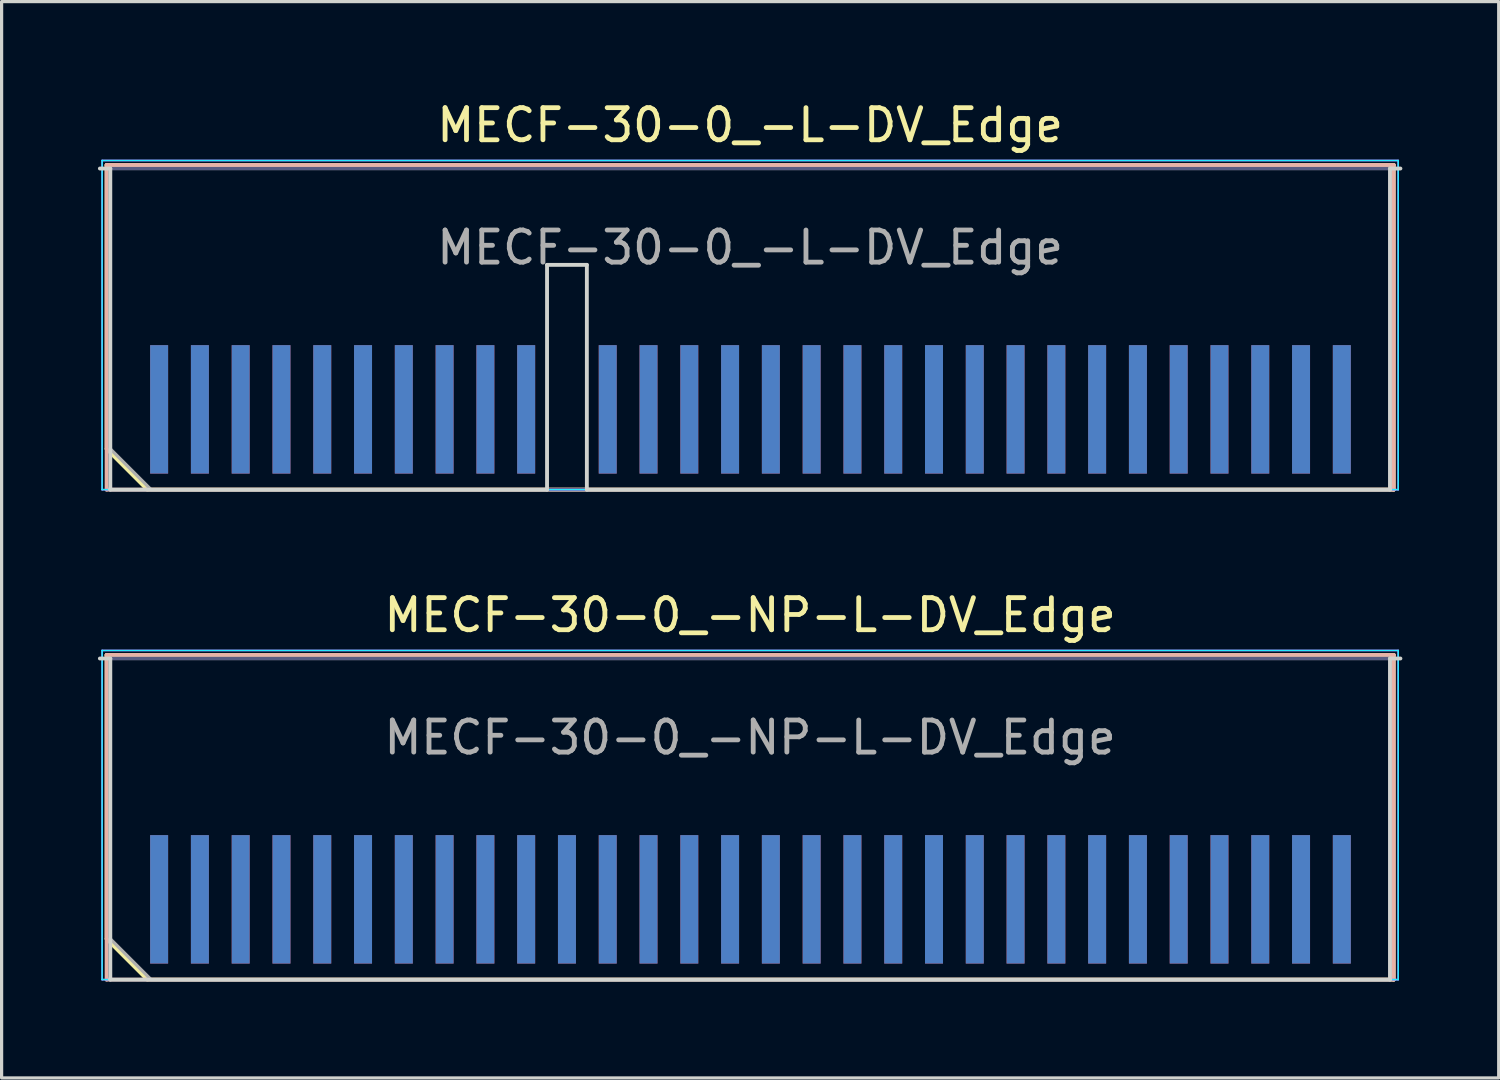
<source format=kicad_pcb>
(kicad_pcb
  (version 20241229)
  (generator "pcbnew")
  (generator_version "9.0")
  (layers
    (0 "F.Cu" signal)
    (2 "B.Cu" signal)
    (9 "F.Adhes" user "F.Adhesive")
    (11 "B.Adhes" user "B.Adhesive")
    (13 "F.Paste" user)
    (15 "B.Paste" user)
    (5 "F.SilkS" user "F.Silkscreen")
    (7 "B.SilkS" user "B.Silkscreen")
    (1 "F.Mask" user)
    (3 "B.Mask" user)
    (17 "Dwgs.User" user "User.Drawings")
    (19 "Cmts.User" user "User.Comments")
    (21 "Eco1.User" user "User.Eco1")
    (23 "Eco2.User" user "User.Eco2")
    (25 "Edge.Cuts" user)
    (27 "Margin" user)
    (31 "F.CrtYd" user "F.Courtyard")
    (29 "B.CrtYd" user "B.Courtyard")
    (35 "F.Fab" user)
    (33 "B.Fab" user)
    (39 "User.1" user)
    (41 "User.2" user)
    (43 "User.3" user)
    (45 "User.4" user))
  (footprint "MECF-30-0_-NP-L-DV_Edge"
    (layer "F.Cu")
    (at 20.31 22.456)
    (property "Reference" "MECF-30-0_-NP-L-DV_Edge" (at 0 -6.35 0) (layer "F.SilkS") (effects (font (size 1 1) (thickness 0.15))))
    (attr exclude_from_pos_files exclude_from_bom)
    (fp_line (start -20.04 -5.11) (end 20.04 -5.11) (stroke (width 0.12) (type solid)) (layer "F.SilkS"))
    (fp_line (start -20.04 3.73) (end -20.04 -5.11) (stroke (width 0.12) (type solid)) (layer "F.SilkS"))
    (fp_line (start -18.77 5) (end -20.04 3.73) (stroke (width 0.12) (type solid)) (layer "F.SilkS"))
    (fp_line (start -18.77 5) (end 20.04 5) (stroke (width 0.12) (type solid)) (layer "F.SilkS"))
    (fp_line (start 20.04 5) (end 20.04 -5.11) (stroke (width 0.12) (type solid)) (layer "F.SilkS"))
    (fp_line (start -20.04 -5.11) (end 20.04 -5.11) (stroke (width 0.12) (type solid)) (layer "B.SilkS"))
    (fp_line (start -20.04 5) (end -20.04 -5.11) (stroke (width 0.12) (type solid)) (layer "B.SilkS"))
    (fp_line (start -20.04 5) (end 20.04 5) (stroke (width 0.12) (type solid)) (layer "B.SilkS"))
    (fp_line (start 20.04 5) (end 20.04 -5.11) (stroke (width 0.12) (type solid)) (layer "B.SilkS"))
    (fp_line (start -20.25 -5) (end -19.925 -5) (stroke (width 0.12) (type solid)) (layer "Edge.Cuts"))
    (fp_line (start -19.925 5) (end -19.925 -5) (stroke (width 0.12) (type solid)) (layer "Edge.Cuts"))
    (fp_line (start -19.925 5) (end 19.925 5) (stroke (width 0.12) (type solid)) (layer "Edge.Cuts"))
    (fp_line (start 19.925 5) (end 19.925 -5) (stroke (width 0.12) (type solid)) (layer "Edge.Cuts"))
    (fp_line (start 20.25 -5) (end 19.925 -5) (stroke (width 0.12) (type solid)) (layer "Edge.Cuts"))
    (fp_line (start -20.18 -5.25) (end -20.18 5) (stroke (width 0.05) (type solid)) (layer "B.CrtYd"))
    (fp_line (start -20.18 5) (end 20.18 5) (stroke (width 0.05) (type solid)) (layer "B.CrtYd"))
    (fp_line (start 20.18 -5.25) (end -20.18 -5.25) (stroke (width 0.05) (type solid)) (layer "B.CrtYd"))
    (fp_line (start 20.18 5) (end 20.18 -5.25) (stroke (width 0.05) (type solid)) (layer "B.CrtYd"))
    (fp_line (start -20.18 -5.25) (end -20.18 5) (stroke (width 0.05) (type solid)) (layer "F.CrtYd"))
    (fp_line (start -20.18 5) (end 20.18 5) (stroke (width 0.05) (type solid)) (layer "F.CrtYd"))
    (fp_line (start 20.18 -5.25) (end -20.18 -5.25) (stroke (width 0.05) (type solid)) (layer "F.CrtYd"))
    (fp_line (start 20.18 5) (end 20.18 -5.25) (stroke (width 0.05) (type solid)) (layer "F.CrtYd"))
    (fp_line (start -19.925 -5) (end 19.925 -5) (stroke (width 0.1) (type solid)) (layer "B.Fab"))
    (fp_line (start -19.925 5) (end -19.925 -5) (stroke (width 0.1) (type solid)) (layer "B.Fab"))
    (fp_line (start -19.925 5) (end 19.925 5) (stroke (width 0.1) (type solid)) (layer "B.Fab"))
    (fp_line (start 19.925 5) (end 19.925 -5) (stroke (width 0.1) (type solid)) (layer "B.Fab"))
    (fp_line (start -19.925 -5) (end 19.925 -5) (stroke (width 0.1) (type solid)) (layer "F.Fab"))
    (fp_line (start -19.925 3.73) (end -19.925 -5) (stroke (width 0.1) (type solid)) (layer "F.Fab"))
    (fp_line (start -19.925 3.73) (end -18.655 5) (stroke (width 0.1) (type solid)) (layer "F.Fab"))
    (fp_line (start -18.655 5) (end 19.925 5) (stroke (width 0.1) (type solid)) (layer "F.Fab"))
    (fp_line (start 19.925 5) (end 19.925 -5) (stroke (width 0.1) (type solid)) (layer "F.Fab"))
    (fp_text user "${REFERENCE}" (at 0 -2.54 0) (layer "F.Fab") (effects (font (size 1 1) (thickness 0.15))))
    (pad "1" smd rect (at -18.405 2.5) (size 0.56 4) (layers "F.Cu" "F.Mask" "F.Paste"))
    (pad "2" smd rect (at -18.405 2.5) (size 0.56 4) (layers "B.Cu" "B.Mask" "B.Paste"))
    (pad "3" smd rect (at -17.135 2.5) (size 0.56 4) (layers "F.Cu" "F.Mask" "F.Paste"))
    (pad "4" smd rect (at -17.135 2.5) (size 0.56 4) (layers "B.Cu" "B.Mask" "B.Paste"))
    (pad "5" smd rect (at -15.865 2.5) (size 0.56 4) (layers "F.Cu" "F.Mask" "F.Paste"))
    (pad "6" smd rect (at -15.865 2.5) (size 0.56 4) (layers "B.Cu" "B.Mask" "B.Paste"))
    (pad "7" smd rect (at -14.595 2.5) (size 0.56 4) (layers "F.Cu" "F.Mask" "F.Paste"))
    (pad "8" smd rect (at -14.595 2.5) (size 0.56 4) (layers "B.Cu" "B.Mask" "B.Paste"))
    (pad "9" smd rect (at -13.325 2.5) (size 0.56 4) (layers "F.Cu" "F.Mask" "F.Paste"))
    (pad "10" smd rect (at -13.325 2.5) (size 0.56 4) (layers "B.Cu" "B.Mask" "B.Paste"))
    (pad "11" smd rect (at -12.055 2.5) (size 0.56 4) (layers "F.Cu" "F.Mask" "F.Paste"))
    (pad "12" smd rect (at -12.055 2.5) (size 0.56 4) (layers "B.Cu" "B.Mask" "B.Paste"))
    (pad "13" smd rect (at -10.785 2.5) (size 0.56 4) (layers "F.Cu" "F.Mask" "F.Paste"))
    (pad "14" smd rect (at -10.785 2.5) (size 0.56 4) (layers "B.Cu" "B.Mask" "B.Paste"))
    (pad "15" smd rect (at -9.515 2.5) (size 0.56 4) (layers "F.Cu" "F.Mask" "F.Paste"))
    (pad "16" smd rect (at -9.515 2.5) (size 0.56 4) (layers "B.Cu" "B.Mask" "B.Paste"))
    (pad "17" smd rect (at -8.245 2.5) (size 0.56 4) (layers "F.Cu" "F.Mask" "F.Paste"))
    (pad "18" smd rect (at -8.245 2.5) (size 0.56 4) (layers "B.Cu" "B.Mask" "B.Paste"))
    (pad "19" smd rect (at -6.975 2.5) (size 0.56 4) (layers "F.Cu" "F.Mask" "F.Paste"))
    (pad "20" smd rect (at -6.975 2.5) (size 0.56 4) (layers "B.Cu" "B.Mask" "B.Paste"))
    (pad "21" smd rect (at -5.705 2.5) (size 0.56 4) (layers "F.Cu" "F.Mask" "F.Paste"))
    (pad "22" smd rect (at -5.705 2.5) (size 0.56 4) (layers "B.Cu" "B.Mask" "B.Paste"))
    (pad "23" smd rect (at -4.435 2.5) (size 0.56 4) (layers "F.Cu" "F.Mask" "F.Paste"))
    (pad "24" smd rect (at -4.435 2.5) (size 0.56 4) (layers "B.Cu" "B.Mask" "B.Paste"))
    (pad "25" smd rect (at -3.165 2.5) (size 0.56 4) (layers "F.Cu" "F.Mask" "F.Paste"))
    (pad "26" smd rect (at -3.165 2.5) (size 0.56 4) (layers "B.Cu" "B.Mask" "B.Paste"))
    (pad "27" smd rect (at -1.895 2.5) (size 0.56 4) (layers "F.Cu" "F.Mask" "F.Paste"))
    (pad "28" smd rect (at -1.895 2.5) (size 0.56 4) (layers "B.Cu" "B.Mask" "B.Paste"))
    (pad "29" smd rect (at -0.625 2.5) (size 0.56 4) (layers "F.Cu" "F.Mask" "F.Paste"))
    (pad "30" smd rect (at -0.625 2.5) (size 0.56 4) (layers "B.Cu" "B.Mask" "B.Paste"))
    (pad "31" smd rect (at 0.645 2.5) (size 0.56 4) (layers "F.Cu" "F.Mask" "F.Paste"))
    (pad "32" smd rect (at 0.645 2.5) (size 0.56 4) (layers "B.Cu" "B.Mask" "B.Paste"))
    (pad "33" smd rect (at 1.915 2.5) (size 0.56 4) (layers "F.Cu" "F.Mask" "F.Paste"))
    (pad "34" smd rect (at 1.915 2.5) (size 0.56 4) (layers "B.Cu" "B.Mask" "B.Paste"))
    (pad "35" smd rect (at 3.185 2.5) (size 0.56 4) (layers "F.Cu" "F.Mask" "F.Paste"))
    (pad "36" smd rect (at 3.185 2.5) (size 0.56 4) (layers "B.Cu" "B.Mask" "B.Paste"))
    (pad "37" smd rect (at 4.455 2.5) (size 0.56 4) (layers "F.Cu" "F.Mask" "F.Paste"))
    (pad "38" smd rect (at 4.455 2.5) (size 0.56 4) (layers "B.Cu" "B.Mask" "B.Paste"))
    (pad "39" smd rect (at 5.725 2.5) (size 0.56 4) (layers "F.Cu" "F.Mask" "F.Paste"))
    (pad "40" smd rect (at 5.725 2.5) (size 0.56 4) (layers "B.Cu" "B.Mask" "B.Paste"))
    (pad "41" smd rect (at 6.995 2.5) (size 0.56 4) (layers "F.Cu" "F.Mask" "F.Paste"))
    (pad "42" smd rect (at 6.995 2.5) (size 0.56 4) (layers "B.Cu" "B.Mask" "B.Paste"))
    (pad "43" smd rect (at 8.265 2.5) (size 0.56 4) (layers "F.Cu" "F.Mask" "F.Paste"))
    (pad "44" smd rect (at 8.265 2.5) (size 0.56 4) (layers "B.Cu" "B.Mask" "B.Paste"))
    (pad "45" smd rect (at 9.535 2.5) (size 0.56 4) (layers "F.Cu" "F.Mask" "F.Paste"))
    (pad "46" smd rect (at 9.535 2.5) (size 0.56 4) (layers "B.Cu" "B.Mask" "B.Paste"))
    (pad "47" smd rect (at 10.805 2.5) (size 0.56 4) (layers "F.Cu" "F.Mask" "F.Paste"))
    (pad "48" smd rect (at 10.805 2.5) (size 0.56 4) (layers "B.Cu" "B.Mask" "B.Paste"))
    (pad "49" smd rect (at 12.075 2.5) (size 0.56 4) (layers "F.Cu" "F.Mask" "F.Paste"))
    (pad "50" smd rect (at 12.075 2.5) (size 0.56 4) (layers "B.Cu" "B.Mask" "B.Paste"))
    (pad "51" smd rect (at 13.345 2.5) (size 0.56 4) (layers "F.Cu" "F.Mask" "F.Paste"))
    (pad "52" smd rect (at 13.345 2.5) (size 0.56 4) (layers "B.Cu" "B.Mask" "B.Paste"))
    (pad "53" smd rect (at 14.615 2.5) (size 0.56 4) (layers "F.Cu" "F.Mask" "F.Paste"))
    (pad "54" smd rect (at 14.615 2.5) (size 0.56 4) (layers "B.Cu" "B.Mask" "B.Paste"))
    (pad "55" smd rect (at 15.885 2.5) (size 0.56 4) (layers "F.Cu" "F.Mask" "F.Paste"))
    (pad "56" smd rect (at 15.885 2.5) (size 0.56 4) (layers "B.Cu" "B.Mask" "B.Paste"))
    (pad "57" smd rect (at 17.155 2.5) (size 0.56 4) (layers "F.Cu" "F.Mask" "F.Paste"))
    (pad "58" smd rect (at 17.155 2.5) (size 0.56 4) (layers "B.Cu" "B.Mask" "B.Paste"))
    (pad "59" smd rect (at 18.425 2.5) (size 0.56 4) (layers "F.Cu" "F.Mask" "F.Paste"))
    (pad "60" smd rect (at 18.425 2.5) (size 0.56 4) (layers "B.Cu" "B.Mask" "B.Paste")))
  (footprint "MECF-30-0_-L-DV_Edge"
    (layer "F.Cu")
    (at 20.31 7.198)
    (property "Reference" "MECF-30-0_-L-DV_Edge" (at 0 -6.35 0) (layer "F.SilkS") (effects (font (size 1 1) (thickness 0.15))))
    (attr exclude_from_pos_files exclude_from_bom)
    (fp_line (start -20.04 -5.11) (end 20.04 -5.11) (stroke (width 0.12) (type solid)) (layer "F.SilkS"))
    (fp_line (start -20.04 3.73) (end -20.04 -5.11) (stroke (width 0.12) (type solid)) (layer "F.SilkS"))
    (fp_line (start -18.77 5) (end -20.04 3.73) (stroke (width 0.12) (type solid)) (layer "F.SilkS"))
    (fp_line (start -18.77 5) (end 20.04 5) (stroke (width 0.12) (type solid)) (layer "F.SilkS"))
    (fp_line (start 20.04 5) (end 20.04 -5.11) (stroke (width 0.12) (type solid)) (layer "F.SilkS"))
    (fp_line (start -20.04 -5.11) (end 20.04 -5.11) (stroke (width 0.12) (type solid)) (layer "B.SilkS"))
    (fp_line (start -20.04 5) (end -20.04 -5.11) (stroke (width 0.12) (type solid)) (layer "B.SilkS"))
    (fp_line (start -20.04 5) (end 20.04 5) (stroke (width 0.12) (type solid)) (layer "B.SilkS"))
    (fp_line (start 20.04 5) (end 20.04 -5.11) (stroke (width 0.12) (type solid)) (layer "B.SilkS"))
    (fp_line (start -20.25 -5) (end -19.925 -5) (stroke (width 0.12) (type solid)) (layer "Edge.Cuts"))
    (fp_line (start -19.925 5) (end -19.925 -5) (stroke (width 0.12) (type solid)) (layer "Edge.Cuts"))
    (fp_line (start -19.925 5) (end -6.325 5) (stroke (width 0.12) (type solid)) (layer "Edge.Cuts"))
    (fp_line (start -6.325 -2) (end -5.085 -2) (stroke (width 0.12) (type solid)) (layer "Edge.Cuts"))
    (fp_line (start -6.325 5) (end -6.325 -2) (stroke (width 0.12) (type solid)) (layer "Edge.Cuts"))
    (fp_line (start -5.085 5) (end -5.085 -2) (stroke (width 0.12) (type solid)) (layer "Edge.Cuts"))
    (fp_line (start -5.085 5) (end 19.925 5) (stroke (width 0.12) (type solid)) (layer "Edge.Cuts"))
    (fp_line (start 19.925 5) (end 19.925 -5) (stroke (width 0.12) (type solid)) (layer "Edge.Cuts"))
    (fp_line (start 20.25 -5) (end 19.925 -5) (stroke (width 0.12) (type solid)) (layer "Edge.Cuts"))
    (fp_line (start -20.18 -5.25) (end -20.18 5) (stroke (width 0.05) (type solid)) (layer "B.CrtYd"))
    (fp_line (start -20.18 5) (end 20.18 5) (stroke (width 0.05) (type solid)) (layer "B.CrtYd"))
    (fp_line (start 20.18 -5.25) (end -20.18 -5.25) (stroke (width 0.05) (type solid)) (layer "B.CrtYd"))
    (fp_line (start 20.18 5) (end 20.18 -5.25) (stroke (width 0.05) (type solid)) (layer "B.CrtYd"))
    (fp_line (start -20.18 -5.25) (end -20.18 5) (stroke (width 0.05) (type solid)) (layer "F.CrtYd"))
    (fp_line (start -20.18 5) (end 20.18 5) (stroke (width 0.05) (type solid)) (layer "F.CrtYd"))
    (fp_line (start 20.18 -5.25) (end -20.18 -5.25) (stroke (width 0.05) (type solid)) (layer "F.CrtYd"))
    (fp_line (start 20.18 5) (end 20.18 -5.25) (stroke (width 0.05) (type solid)) (layer "F.CrtYd"))
    (fp_line (start -19.925 -5) (end 19.925 -5) (stroke (width 0.1) (type solid)) (layer "B.Fab"))
    (fp_line (start -19.925 5) (end -19.925 -5) (stroke (width 0.1) (type solid)) (layer "B.Fab"))
    (fp_line (start -19.925 5) (end 19.925 5) (stroke (width 0.1) (type solid)) (layer "B.Fab"))
    (fp_line (start 19.925 5) (end 19.925 -5) (stroke (width 0.1) (type solid)) (layer "B.Fab"))
    (fp_line (start -19.925 -5) (end 19.925 -5) (stroke (width 0.1) (type solid)) (layer "F.Fab"))
    (fp_line (start -19.925 3.73) (end -19.925 -5) (stroke (width 0.1) (type solid)) (layer "F.Fab"))
    (fp_line (start -19.925 3.73) (end -18.655 5) (stroke (width 0.1) (type solid)) (layer "F.Fab"))
    (fp_line (start -18.655 5) (end 19.925 5) (stroke (width 0.1) (type solid)) (layer "F.Fab"))
    (fp_line (start 19.925 5) (end 19.925 -5) (stroke (width 0.1) (type solid)) (layer "F.Fab"))
    (fp_text user "${REFERENCE}" (at 0 -2.54 0) (layer "F.Fab") (effects (font (size 1 1) (thickness 0.15))))
    (pad "1" smd rect (at -18.405 2.5) (size 0.56 4) (layers "F.Cu" "F.Mask" "F.Paste"))
    (pad "2" smd rect (at -18.405 2.5) (size 0.56 4) (layers "B.Cu" "B.Mask" "B.Paste"))
    (pad "3" smd rect (at -17.135 2.5) (size 0.56 4) (layers "F.Cu" "F.Mask" "F.Paste"))
    (pad "4" smd rect (at -17.135 2.5) (size 0.56 4) (layers "B.Cu" "B.Mask" "B.Paste"))
    (pad "5" smd rect (at -15.865 2.5) (size 0.56 4) (layers "F.Cu" "F.Mask" "F.Paste"))
    (pad "6" smd rect (at -15.865 2.5) (size 0.56 4) (layers "B.Cu" "B.Mask" "B.Paste"))
    (pad "7" smd rect (at -14.595 2.5) (size 0.56 4) (layers "F.Cu" "F.Mask" "F.Paste"))
    (pad "8" smd rect (at -14.595 2.5) (size 0.56 4) (layers "B.Cu" "B.Mask" "B.Paste"))
    (pad "9" smd rect (at -13.325 2.5) (size 0.56 4) (layers "F.Cu" "F.Mask" "F.Paste"))
    (pad "10" smd rect (at -13.325 2.5) (size 0.56 4) (layers "B.Cu" "B.Mask" "B.Paste"))
    (pad "11" smd rect (at -12.055 2.5) (size 0.56 4) (layers "F.Cu" "F.Mask" "F.Paste"))
    (pad "12" smd rect (at -12.055 2.5) (size 0.56 4) (layers "B.Cu" "B.Mask" "B.Paste"))
    (pad "13" smd rect (at -10.785 2.5) (size 0.56 4) (layers "F.Cu" "F.Mask" "F.Paste"))
    (pad "14" smd rect (at -10.785 2.5) (size 0.56 4) (layers "B.Cu" "B.Mask" "B.Paste"))
    (pad "15" smd rect (at -9.515 2.5) (size 0.56 4) (layers "F.Cu" "F.Mask" "F.Paste"))
    (pad "16" smd rect (at -9.515 2.5) (size 0.56 4) (layers "B.Cu" "B.Mask" "B.Paste"))
    (pad "17" smd rect (at -8.245 2.5) (size 0.56 4) (layers "F.Cu" "F.Mask" "F.Paste"))
    (pad "18" smd rect (at -8.245 2.5) (size 0.56 4) (layers "B.Cu" "B.Mask" "B.Paste"))
    (pad "19" smd rect (at -6.975 2.5) (size 0.56 4) (layers "F.Cu" "F.Mask" "F.Paste"))
    (pad "20" smd rect (at -6.975 2.5) (size 0.56 4) (layers "B.Cu" "B.Mask" "B.Paste"))
    (pad "23" smd rect (at -4.435 2.5) (size 0.56 4) (layers "F.Cu" "F.Mask" "F.Paste"))
    (pad "24" smd rect (at -4.435 2.5) (size 0.56 4) (layers "B.Cu" "B.Mask" "B.Paste"))
    (pad "25" smd rect (at -3.165 2.5) (size 0.56 4) (layers "F.Cu" "F.Mask" "F.Paste"))
    (pad "26" smd rect (at -3.165 2.5) (size 0.56 4) (layers "B.Cu" "B.Mask" "B.Paste"))
    (pad "27" smd rect (at -1.895 2.5) (size 0.56 4) (layers "F.Cu" "F.Mask" "F.Paste"))
    (pad "28" smd rect (at -1.895 2.5) (size 0.56 4) (layers "B.Cu" "B.Mask" "B.Paste"))
    (pad "29" smd rect (at -0.625 2.5) (size 0.56 4) (layers "F.Cu" "F.Mask" "F.Paste"))
    (pad "30" smd rect (at -0.625 2.5) (size 0.56 4) (layers "B.Cu" "B.Mask" "B.Paste"))
    (pad "31" smd rect (at 0.645 2.5) (size 0.56 4) (layers "F.Cu" "F.Mask" "F.Paste"))
    (pad "32" smd rect (at 0.645 2.5) (size 0.56 4) (layers "B.Cu" "B.Mask" "B.Paste"))
    (pad "33" smd rect (at 1.915 2.5) (size 0.56 4) (layers "F.Cu" "F.Mask" "F.Paste"))
    (pad "34" smd rect (at 1.915 2.5) (size 0.56 4) (layers "B.Cu" "B.Mask" "B.Paste"))
    (pad "35" smd rect (at 3.185 2.5) (size 0.56 4) (layers "F.Cu" "F.Mask" "F.Paste"))
    (pad "36" smd rect (at 3.185 2.5) (size 0.56 4) (layers "B.Cu" "B.Mask" "B.Paste"))
    (pad "37" smd rect (at 4.455 2.5) (size 0.56 4) (layers "F.Cu" "F.Mask" "F.Paste"))
    (pad "38" smd rect (at 4.455 2.5) (size 0.56 4) (layers "B.Cu" "B.Mask" "B.Paste"))
    (pad "39" smd rect (at 5.725 2.5) (size 0.56 4) (layers "F.Cu" "F.Mask" "F.Paste"))
    (pad "40" smd rect (at 5.725 2.5) (size 0.56 4) (layers "B.Cu" "B.Mask" "B.Paste"))
    (pad "41" smd rect (at 6.995 2.5) (size 0.56 4) (layers "F.Cu" "F.Mask" "F.Paste"))
    (pad "42" smd rect (at 6.995 2.5) (size 0.56 4) (layers "B.Cu" "B.Mask" "B.Paste"))
    (pad "43" smd rect (at 8.265 2.5) (size 0.56 4) (layers "F.Cu" "F.Mask" "F.Paste"))
    (pad "44" smd rect (at 8.265 2.5) (size 0.56 4) (layers "B.Cu" "B.Mask" "B.Paste"))
    (pad "45" smd rect (at 9.535 2.5) (size 0.56 4) (layers "F.Cu" "F.Mask" "F.Paste"))
    (pad "46" smd rect (at 9.535 2.5) (size 0.56 4) (layers "B.Cu" "B.Mask" "B.Paste"))
    (pad "47" smd rect (at 10.805 2.5) (size 0.56 4) (layers "F.Cu" "F.Mask" "F.Paste"))
    (pad "48" smd rect (at 10.805 2.5) (size 0.56 4) (layers "B.Cu" "B.Mask" "B.Paste"))
    (pad "49" smd rect (at 12.075 2.5) (size 0.56 4) (layers "F.Cu" "F.Mask" "F.Paste"))
    (pad "50" smd rect (at 12.075 2.5) (size 0.56 4) (layers "B.Cu" "B.Mask" "B.Paste"))
    (pad "51" smd rect (at 13.345 2.5) (size 0.56 4) (layers "F.Cu" "F.Mask" "F.Paste"))
    (pad "52" smd rect (at 13.345 2.5) (size 0.56 4) (layers "B.Cu" "B.Mask" "B.Paste"))
    (pad "53" smd rect (at 14.615 2.5) (size 0.56 4) (layers "F.Cu" "F.Mask" "F.Paste"))
    (pad "54" smd rect (at 14.615 2.5) (size 0.56 4) (layers "B.Cu" "B.Mask" "B.Paste"))
    (pad "55" smd rect (at 15.885 2.5) (size 0.56 4) (layers "F.Cu" "F.Mask" "F.Paste"))
    (pad "56" smd rect (at 15.885 2.5) (size 0.56 4) (layers "B.Cu" "B.Mask" "B.Paste"))
    (pad "57" smd rect (at 17.155 2.5) (size 0.56 4) (layers "F.Cu" "F.Mask" "F.Paste"))
    (pad "58" smd rect (at 17.155 2.5) (size 0.56 4) (layers "B.Cu" "B.Mask" "B.Paste"))
    (pad "59" smd rect (at 18.425 2.5) (size 0.56 4) (layers "F.Cu" "F.Mask" "F.Paste"))
    (pad "60" smd rect (at 18.425 2.5) (size 0.56 4) (layers "B.Cu" "B.Mask" "B.Paste")))
  (gr_rect
    (start -3 -3)
    (end 43.62 30.517)
    (stroke (width 0.1) (type default))
    (fill no)
    (layer "Edge.Cuts")))
</source>
